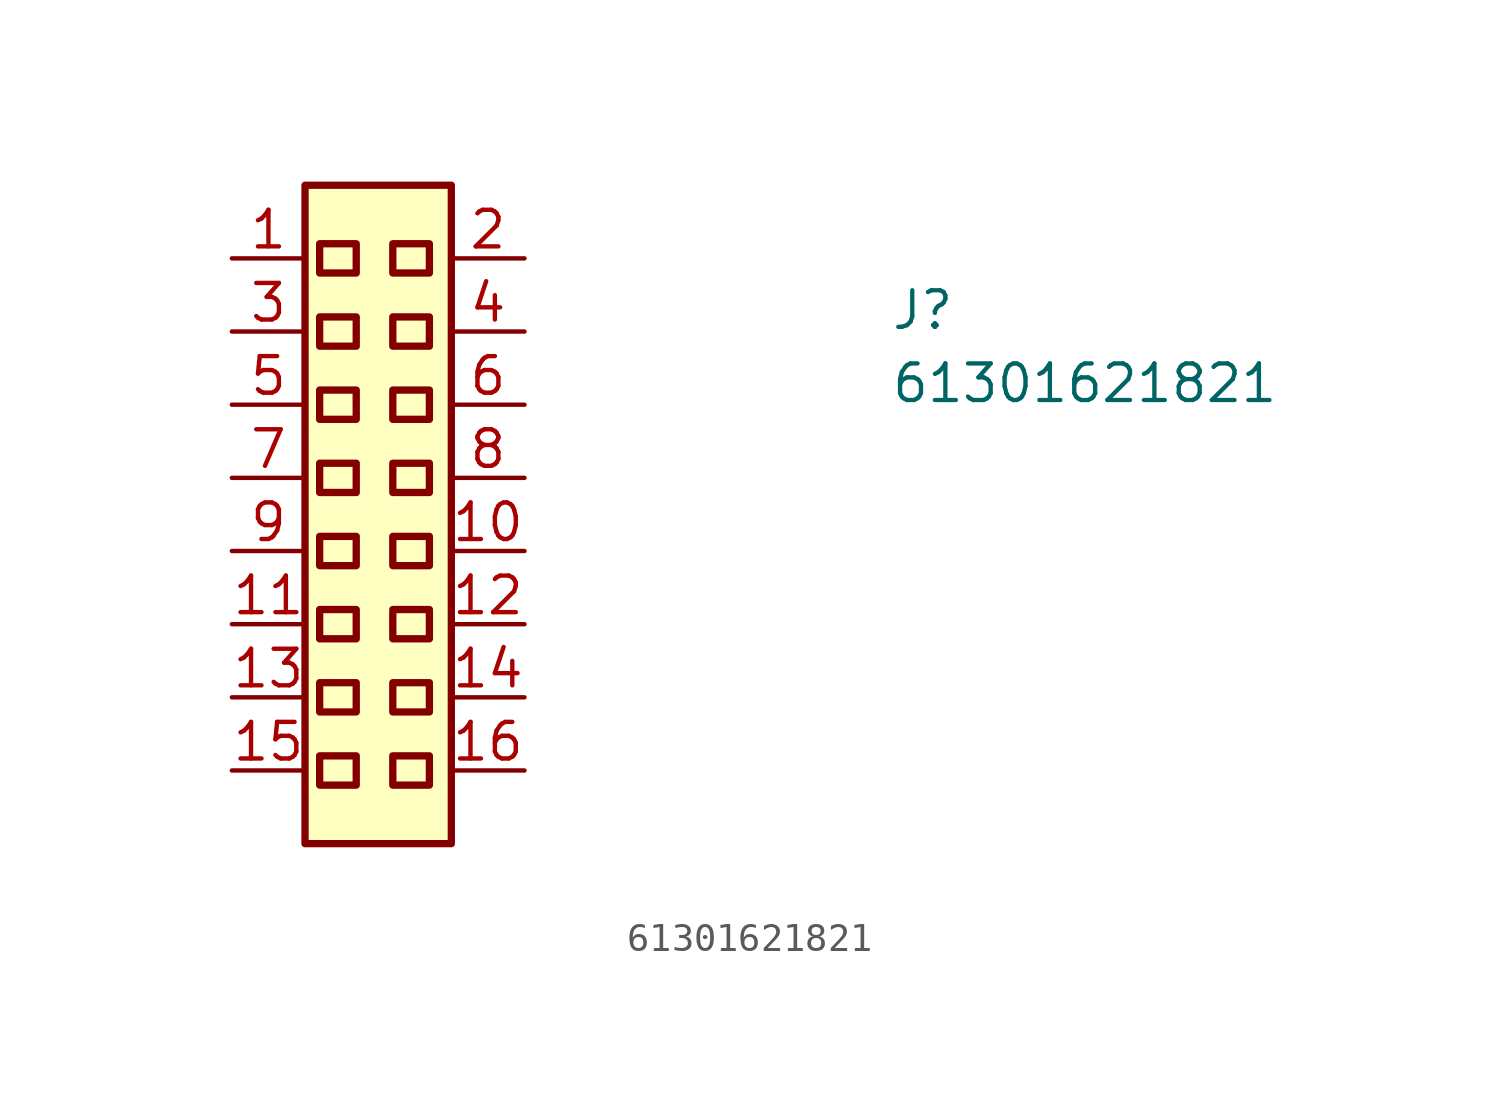
<source format=kicad_sym>
(kicad_symbol_lib
  (version 20211014)
  (generator kicad_symbol_editor)
  (symbol "61301621821"
    (property "Reference" "J"
      (at 22.86 -2.54 0)
      (effects (font (size 1.27 1.27) (thickness 0.15)) (justify left bottom)))
    (property "Value" "61301621821"
      (at 22.86 -5.08 0)
      (effects (font (size 1.27 1.27) (thickness 0.15)) (justify left bottom)))
    (symbol "61301621821_1_1"
      (rectangle (start 2.54 -20.32) (end 7.62 2.54) (stroke (width 0.254) (type default) (color 0 0 0 0)) (fill (type background)))
      (rectangle (start 3.048 -18.288) (end 4.318 -17.272) (stroke (width 0.254) (type default) (color 0 0 0 0)) (fill (type background)))
      (rectangle (start 3.048 -15.748) (end 4.318 -14.732) (stroke (width 0.254) (type default) (color 0 0 0 0)) (fill (type background)))
      (rectangle (start 3.048 -13.208) (end 4.318 -12.192) (stroke (width 0.254) (type default) (color 0 0 0 0)) (fill (type background)))
      (rectangle (start 3.048 -10.668) (end 4.318 -9.652) (stroke (width 0.254) (type default) (color 0 0 0 0)) (fill (type background)))
      (rectangle (start 3.048 -8.128) (end 4.318 -7.112) (stroke (width 0.254) (type default) (color 0 0 0 0)) (fill (type background)))
      (rectangle (start 3.048 -5.588) (end 4.318 -4.572) (stroke (width 0.254) (type default) (color 0 0 0 0)) (fill (type background)))
      (rectangle (start 3.048 -3.048) (end 4.318 -2.032) (stroke (width 0.254) (type default) (color 0 0 0 0)) (fill (type background)))
      (rectangle (start 3.048 -0.508) (end 4.318 0.508) (stroke (width 0.254) (type default) (color 0 0 0 0)) (fill (type background)))
      (rectangle (start 5.588 -18.288) (end 6.858 -17.272) (stroke (width 0.254) (type default) (color 0 0 0 0)) (fill (type background)))
      (rectangle (start 5.588 -15.748) (end 6.858 -14.732) (stroke (width 0.254) (type default) (color 0 0 0 0)) (fill (type background)))
      (rectangle (start 5.588 -13.208) (end 6.858 -12.192) (stroke (width 0.254) (type default) (color 0 0 0 0)) (fill (type background)))
      (rectangle (start 5.588 -10.668) (end 6.858 -9.652) (stroke (width 0.254) (type default) (color 0 0 0 0)) (fill (type background)))
      (rectangle (start 5.588 -8.128) (end 6.858 -7.112) (stroke (width 0.254) (type default) (color 0 0 0 0)) (fill (type background)))
      (rectangle (start 5.588 -5.588) (end 6.858 -4.572) (stroke (width 0.254) (type default) (color 0 0 0 0)) (fill (type background)))
      (rectangle (start 5.588 -3.048) (end 6.858 -2.032) (stroke (width 0.254) (type default) (color 0 0 0 0)) (fill (type background)))
      (rectangle (start 5.588 -0.508) (end 6.858 0.508) (stroke (width 0.254) (type default) (color 0 0 0 0)) (fill (type background)))
      (pin passive line (at 0 0 0) (length 2.54) (name "" (effects (font (size 1.27 1.27)))) (number "1" (effects (font (size 1.27 1.27)))))
      (pin passive line (at 10.16 -10.16 180) (length 2.54) (name "" (effects (font (size 1.27 1.27)))) (number "10" (effects (font (size 1.27 1.27)))))
      (pin passive line (at 0 -12.7 0) (length 2.54) (name "" (effects (font (size 1.27 1.27)))) (number "11" (effects (font (size 1.27 1.27)))))
      (pin passive line (at 10.16 -12.7 180) (length 2.54) (name "" (effects (font (size 1.27 1.27)))) (number "12" (effects (font (size 1.27 1.27)))))
      (pin passive line (at 0 -15.24 0) (length 2.54) (name "" (effects (font (size 1.27 1.27)))) (number "13" (effects (font (size 1.27 1.27)))))
      (pin passive line (at 10.16 -15.24 180) (length 2.54) (name "" (effects (font (size 1.27 1.27)))) (number "14" (effects (font (size 1.27 1.27)))))
      (pin passive line (at 0 -17.78 0) (length 2.54) (name "" (effects (font (size 1.27 1.27)))) (number "15" (effects (font (size 1.27 1.27)))))
      (pin passive line (at 10.16 -17.78 180) (length 2.54) (name "" (effects (font (size 1.27 1.27)))) (number "16" (effects (font (size 1.27 1.27)))))
      (pin passive line (at 10.16 0 180) (length 2.54) (name "" (effects (font (size 1.27 1.27)))) (number "2" (effects (font (size 1.27 1.27)))))
      (pin passive line (at 0 -2.54 0) (length 2.54) (name "" (effects (font (size 1.27 1.27)))) (number "3" (effects (font (size 1.27 1.27)))))
      (pin passive line (at 10.16 -2.54 180) (length 2.54) (name "" (effects (font (size 1.27 1.27)))) (number "4" (effects (font (size 1.27 1.27)))))
      (pin passive line (at 0 -5.08 0) (length 2.54) (name "" (effects (font (size 1.27 1.27)))) (number "5" (effects (font (size 1.27 1.27)))))
      (pin passive line (at 10.16 -5.08 180) (length 2.54) (name "" (effects (font (size 1.27 1.27)))) (number "6" (effects (font (size 1.27 1.27)))))
      (pin passive line (at 0 -7.62 0) (length 2.54) (name "" (effects (font (size 1.27 1.27)))) (number "7" (effects (font (size 1.27 1.27)))))
      (pin passive line (at 10.16 -7.62 180) (length 2.54) (name "" (effects (font (size 1.27 1.27)))) (number "8" (effects (font (size 1.27 1.27)))))
      (pin passive line (at 0 -10.16 0) (length 2.54) (name "" (effects (font (size 1.27 1.27)))) (number "9" (effects (font (size 1.27 1.27))))))))
</source>
